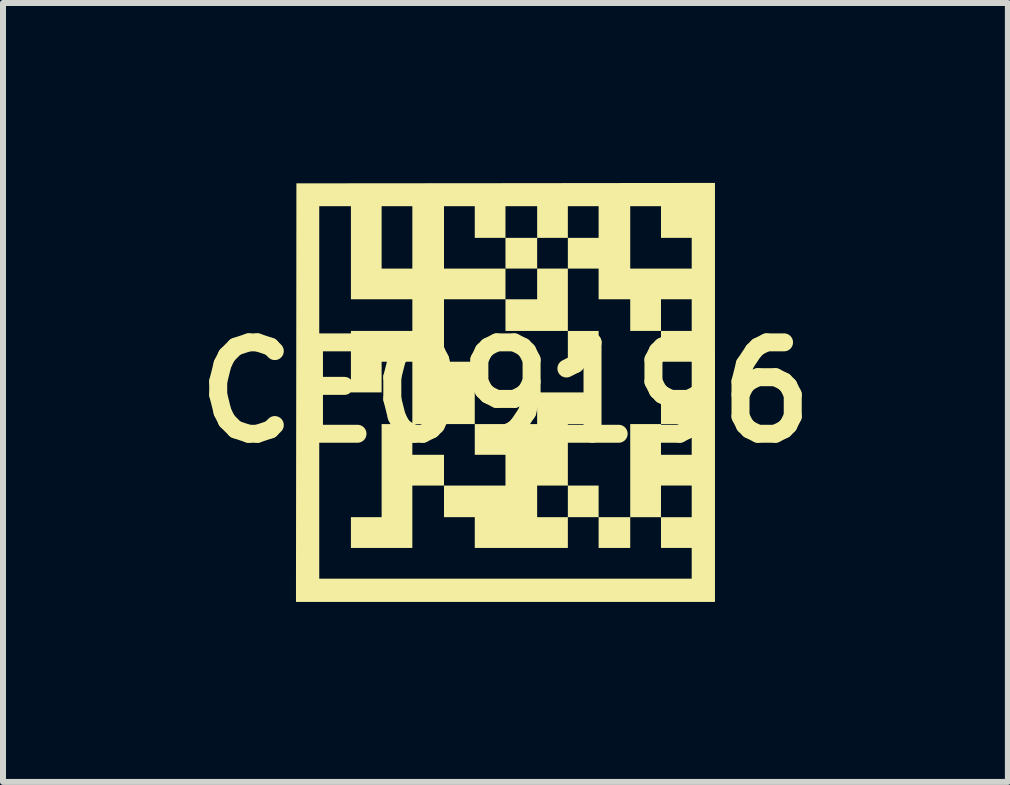
<source format=kicad_pcb>
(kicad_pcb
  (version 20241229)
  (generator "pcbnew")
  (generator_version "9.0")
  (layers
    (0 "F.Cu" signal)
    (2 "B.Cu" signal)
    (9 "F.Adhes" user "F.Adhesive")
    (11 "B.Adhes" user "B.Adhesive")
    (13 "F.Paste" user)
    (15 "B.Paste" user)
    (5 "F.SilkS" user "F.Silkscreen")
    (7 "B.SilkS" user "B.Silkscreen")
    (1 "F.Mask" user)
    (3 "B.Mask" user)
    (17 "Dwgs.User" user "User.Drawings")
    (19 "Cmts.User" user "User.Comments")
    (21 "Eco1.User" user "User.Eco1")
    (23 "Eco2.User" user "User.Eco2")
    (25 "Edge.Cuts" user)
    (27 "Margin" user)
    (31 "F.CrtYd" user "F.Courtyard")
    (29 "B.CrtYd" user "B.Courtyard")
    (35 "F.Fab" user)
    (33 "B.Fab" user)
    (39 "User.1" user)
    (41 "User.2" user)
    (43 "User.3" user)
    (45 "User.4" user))
  (footprint "CE09196"
    (layer "F.Cu")
    (at 5.378 3.493)
    (property "Reference" "CE09196" (at 0 0 0) (layer "F.SilkS") (effects (font (size 1.524 1.524) (thickness 0.3))))
    (attr board_only exclude_from_pos_files exclude_from_bom)
    (fp_poly (pts (xy 0.528 -2.065) (xy 0 -2.065) (xy 0 -2.577) (xy 0.528 -2.577)) (stroke (width 0) (type solid)) (fill yes) (layer "F.SilkS"))
    (fp_poly (pts (xy 1.553 -0.512) (xy 1.04 -0.512) (xy 1.04 -1.025) (xy 1.553 -1.025)) (stroke (width 0) (type solid)) (fill yes) (layer "F.SilkS"))
    (fp_poly (pts (xy 2.08 2.593) (xy 1.553 2.593) (xy 1.553 2.08) (xy 2.08 2.08)) (stroke (width 0) (type solid)) (fill yes) (layer "F.SilkS"))
    (fp_poly (pts (xy 1.04 -1.025) (xy 0 -1.025) (xy 0 -1.553) (xy 0.528 -1.553) (xy 0.528 -2.065) (xy 1.04 -2.065)) (stroke (width 0) (type solid)) (fill yes) (layer "F.SilkS"))
    (fp_poly (pts (xy -1.553 1.04) (xy -1.025 1.04) (xy -1.025 1.553) (xy -1.553 1.553) (xy -1.553 2.593) (xy -2.577 2.593) (xy -2.577 2.08) (xy -2.065 2.08) (xy -2.065 0.528) (xy -1.553 0.528)) (stroke (width 0) (type solid)) (fill yes) (layer "F.SilkS"))
    (fp_poly (pts (xy 1.553 1.553) (xy 1.553 2.08) (xy 1.04 2.08) (xy 1.04 2.593) (xy -0.512 2.593) (xy -0.512 2.08) (xy 0.528 2.08) (xy 1.04 2.08) (xy 1.04 1.553) (xy 0.528 1.553) (xy 0.528 2.08) (xy -0.512 2.08) (xy -1.025 2.08) (xy -1.025 1.553) (xy 0 1.553) (xy 0 1.04) (xy -0.512 1.04) (xy -0.512 0.528) (xy 0.528 0.528) (xy 0.528 0) (xy 1.553 0) (xy 1.553 0.528) (xy 1.04 0.528) (xy 1.04 1.553)) (stroke (width 0) (type solid)) (fill yes) (layer "F.SilkS"))
    (fp_poly (pts (xy 3.493 3.493) (xy -3.493 3.493) (xy -3.493 3.105) (xy -3.105 3.105) (xy 3.105 3.105) (xy 3.105 2.593) (xy 2.593 2.593) (xy 2.593 2.08) (xy 3.105 2.08) (xy 3.105 1.553) (xy 2.593 1.553) (xy 2.593 2.08) (xy 2.08 2.08) (xy 2.08 1.04) (xy 2.593 1.04) (xy 3.105 1.04) (xy 3.105 0.528) (xy 2.593 0.528) (xy 2.593 1.04) (xy 2.08 1.04) (xy 2.08 0.528) (xy 2.593 0.528) (xy 2.593 0) (xy 3.105 0) (xy 3.105 -0.512) (xy 2.593 -0.512) (xy 2.593 -1.025) (xy 3.105 -1.025) (xy 3.105 -1.553) (xy 2.593 -1.553) (xy 2.593 -1.025) (xy 2.08 -1.025) (xy 2.08 -1.553) (xy 1.553 -1.553) (xy 1.553 -2.065) (xy 2.08 -2.065) (xy 3.105 -2.065) (xy 3.105 -2.577) (xy 2.593 -2.577) (xy 2.593 -3.105) (xy 2.08 -3.105) (xy 2.08 -2.065) (xy 1.553 -2.065) (xy 1.04 -2.065) (xy 1.04 -2.577) (xy 1.553 -2.577) (xy 1.553 -3.105) (xy 1.04 -3.105) (xy 1.04 -2.577) (xy 0.528 -2.577) (xy 0.528 -3.105) (xy 0 -3.105) (xy 0 -2.577) (xy -0.512 -2.577) (xy -0.512 -3.105) (xy -1.025 -3.105) (xy -1.025 -2.065) (xy 0 -2.065) (xy 0 -1.553) (xy -1.025 -1.553) (xy -1.025 -0.512) (xy -0.512 -0.512) (xy -0.512 0.528) (xy -1.553 0.528) (xy -1.553 -0.512) (xy -2.065 -0.512) (xy -2.065 0) (xy -2.577 0) (xy -2.577 -1.025) (xy -1.553 -1.025) (xy -1.553 -1.553) (xy -2.577 -1.553) (xy -2.577 -2.065) (xy -2.065 -2.065) (xy -1.553 -2.065) (xy -1.553 -3.105) (xy -2.065 -3.105) (xy -2.065 -2.065) (xy -2.577 -2.065) (xy -2.577 -3.105) (xy -3.105 -3.105) (xy -3.105 3.105) (xy -3.493 3.105) (xy -3.489 0.004) (xy -3.486 -3.486) (xy 0.004 -3.489) (xy 3.493 -3.493)) (stroke (width 0) (type solid)) (fill yes) (layer "F.SilkS")))
  (gr_rect
    (start -3 -3)
    (end 13.755 9.987)
    (stroke (width 0.1) (type default))
    (fill no)
    (layer "Edge.Cuts")))
</source>
